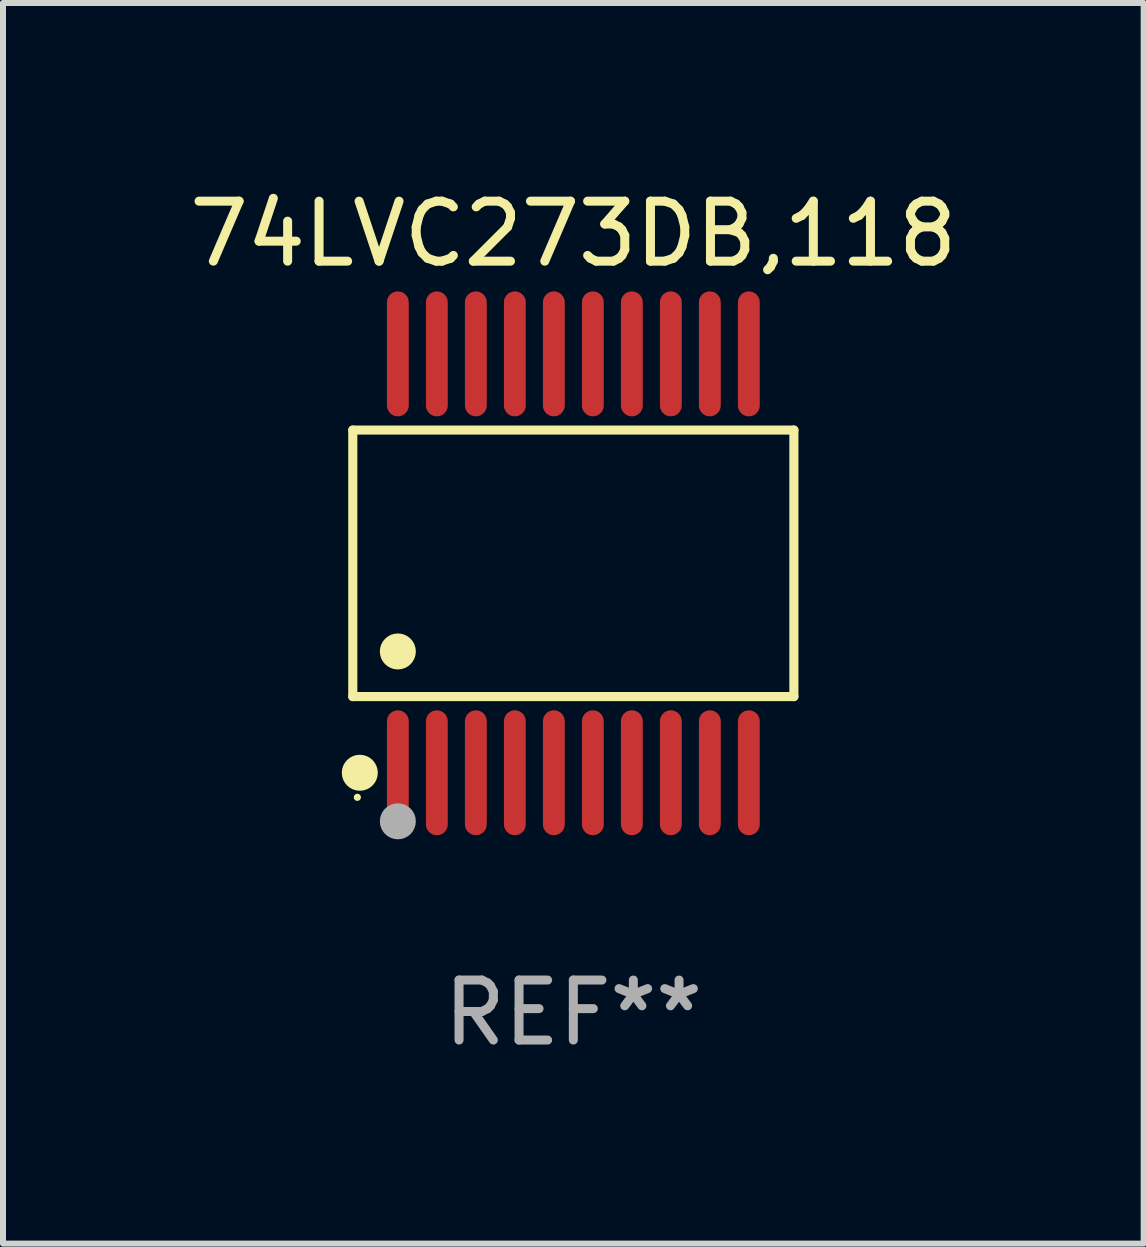
<source format=kicad_pcb>
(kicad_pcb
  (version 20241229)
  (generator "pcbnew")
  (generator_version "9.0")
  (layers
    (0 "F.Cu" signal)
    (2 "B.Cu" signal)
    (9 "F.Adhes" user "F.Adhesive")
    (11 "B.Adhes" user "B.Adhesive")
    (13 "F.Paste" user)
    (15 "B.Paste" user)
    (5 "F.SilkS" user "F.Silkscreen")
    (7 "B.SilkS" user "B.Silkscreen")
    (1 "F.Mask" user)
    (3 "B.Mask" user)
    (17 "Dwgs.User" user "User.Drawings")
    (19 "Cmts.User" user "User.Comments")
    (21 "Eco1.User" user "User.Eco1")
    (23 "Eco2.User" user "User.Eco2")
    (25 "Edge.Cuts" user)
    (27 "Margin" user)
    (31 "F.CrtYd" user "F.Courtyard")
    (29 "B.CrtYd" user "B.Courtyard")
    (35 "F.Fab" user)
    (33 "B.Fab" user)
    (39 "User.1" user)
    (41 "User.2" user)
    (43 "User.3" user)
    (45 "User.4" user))
  (footprint "74LVC273DB,118"
    (layer "F.Cu")
    (at 6.506 6.339)
    (property "Reference" "74LVC273DB,118" (at 0 -5.491 0) (layer "F.SilkS") (effects (font (size 1 1) (thickness 0.15))))
    (attr through_hole)
    (fp_line (start -3.676 -2.221) (end 3.676 -2.221) (stroke (width 0.152) (type solid)) (layer "F.SilkS"))
    (fp_line (start -3.676 2.221) (end -3.676 -2.221) (stroke (width 0.152) (type solid)) (layer "F.SilkS"))
    (fp_line (start 3.676 -2.221) (end 3.676 2.221) (stroke (width 0.152) (type solid)) (layer "F.SilkS"))
    (fp_line (start 3.676 2.221) (end -3.676 2.221) (stroke (width 0.152) (type solid)) (layer "F.SilkS"))
    (fp_circle (center -3.6 3.9) (end -3.57 3.9) (stroke (width 0.06) (type solid)) (fill no) (layer "F.SilkS"))
    (fp_circle (center -3.559 3.491) (end -3.409 3.491) (stroke (width 0.3) (type solid)) (fill no) (layer "F.SilkS"))
    (fp_circle (center -2.925 1.469) (end -2.775 1.469) (stroke (width 0.3) (type solid)) (fill no) (layer "F.SilkS"))
    (fp_circle (center -2.925 4.3) (end -2.775 4.3) (stroke (width 0.3) (type solid)) (fill no) (layer "F.Fab"))
    (fp_text user "REF**" (at 0 7.491 0) (layer "F.Fab") (effects (font (size 1 1) (thickness 0.15))))
    (pad "1" smd oval (at -2.925 3.491) (size 0.364 2.082) (layers "F.Cu" "F.Mask" "F.Paste"))
    (pad "2" smd oval (at -2.275 3.491) (size 0.364 2.082) (layers "F.Cu" "F.Mask" "F.Paste"))
    (pad "3" smd oval (at -1.625 3.491) (size 0.364 2.082) (layers "F.Cu" "F.Mask" "F.Paste"))
    (pad "4" smd oval (at -0.975 3.491) (size 0.364 2.082) (layers "F.Cu" "F.Mask" "F.Paste"))
    (pad "5" smd oval (at -0.325 3.491) (size 0.364 2.082) (layers "F.Cu" "F.Mask" "F.Paste"))
    (pad "6" smd oval (at 0.325 3.491) (size 0.364 2.082) (layers "F.Cu" "F.Mask" "F.Paste"))
    (pad "7" smd oval (at 0.975 3.491) (size 0.364 2.082) (layers "F.Cu" "F.Mask" "F.Paste"))
    (pad "8" smd oval (at 1.625 3.491) (size 0.364 2.082) (layers "F.Cu" "F.Mask" "F.Paste"))
    (pad "9" smd oval (at 2.275 3.491) (size 0.364 2.082) (layers "F.Cu" "F.Mask" "F.Paste"))
    (pad "10" smd oval (at 2.925 3.491) (size 0.364 2.082) (layers "F.Cu" "F.Mask" "F.Paste"))
    (pad "11" smd oval (at 2.925 -3.491) (size 0.364 2.082) (layers "F.Cu" "F.Mask" "F.Paste"))
    (pad "12" smd oval (at 2.275 -3.491) (size 0.364 2.082) (layers "F.Cu" "F.Mask" "F.Paste"))
    (pad "13" smd oval (at 1.625 -3.491) (size 0.364 2.082) (layers "F.Cu" "F.Mask" "F.Paste"))
    (pad "14" smd oval (at 0.975 -3.491) (size 0.364 2.082) (layers "F.Cu" "F.Mask" "F.Paste"))
    (pad "15" smd oval (at 0.325 -3.491) (size 0.364 2.082) (layers "F.Cu" "F.Mask" "F.Paste"))
    (pad "16" smd oval (at -0.325 -3.491) (size 0.364 2.082) (layers "F.Cu" "F.Mask" "F.Paste"))
    (pad "17" smd oval (at -0.975 -3.491) (size 0.364 2.082) (layers "F.Cu" "F.Mask" "F.Paste"))
    (pad "18" smd oval (at -1.625 -3.491) (size 0.364 2.082) (layers "F.Cu" "F.Mask" "F.Paste"))
    (pad "19" smd oval (at -2.275 -3.491) (size 0.364 2.082) (layers "F.Cu" "F.Mask" "F.Paste"))
    (pad "20" smd oval (at -2.925 -3.491) (size 0.364 2.082) (layers "F.Cu" "F.Mask" "F.Paste")))
  (gr_rect
    (start -3 -3)
    (end 16.012 17.678)
    (stroke (width 0.1) (type default))
    (fill no)
    (layer "Edge.Cuts")))
</source>
